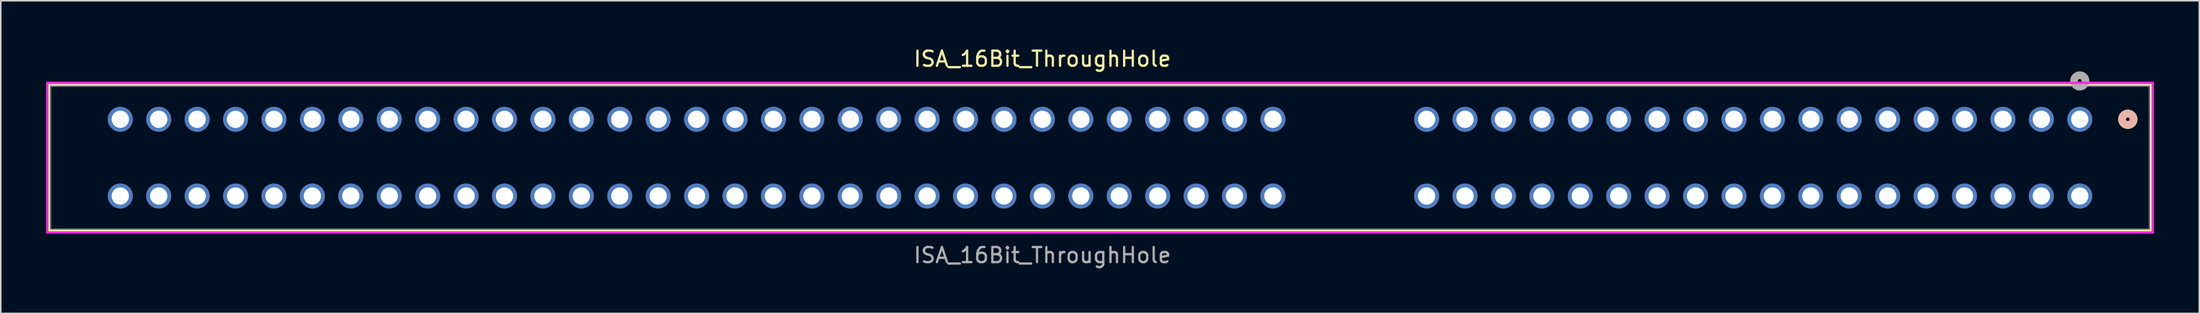
<source format=kicad_pcb>
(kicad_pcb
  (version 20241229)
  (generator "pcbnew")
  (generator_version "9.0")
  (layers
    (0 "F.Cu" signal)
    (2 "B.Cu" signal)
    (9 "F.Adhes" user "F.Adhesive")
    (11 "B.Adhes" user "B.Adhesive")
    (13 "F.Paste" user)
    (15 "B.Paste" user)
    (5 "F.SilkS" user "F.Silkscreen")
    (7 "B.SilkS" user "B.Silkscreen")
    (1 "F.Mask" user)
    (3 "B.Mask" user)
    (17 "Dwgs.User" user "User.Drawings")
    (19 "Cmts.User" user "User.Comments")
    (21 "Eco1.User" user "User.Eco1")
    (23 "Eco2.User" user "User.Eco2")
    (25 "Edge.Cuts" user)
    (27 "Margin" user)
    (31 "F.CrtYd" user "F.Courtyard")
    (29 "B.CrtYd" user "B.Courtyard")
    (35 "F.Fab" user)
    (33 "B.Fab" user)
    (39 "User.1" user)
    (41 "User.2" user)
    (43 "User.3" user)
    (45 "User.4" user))
  (footprint "ISA_16Bit_ThroughHole"
    (layer "F.Cu")
    (at 134.442 4.848)
    (property "Reference" "ISA_16Bit_ThroughHole" (at -68.58 -4 0) (unlocked yes) (layer "F.SilkS") (effects (font (size 1 1) (thickness 0.15))))
    (attr through_hole)
    (fp_line (start -134.239 -2.286) (end -134.239 7.366) (stroke (width 0.152) (type solid)) (layer "F.SilkS"))
    (fp_line (start -134.239 7.366) (end 4.699 7.366) (stroke (width 0.152) (type solid)) (layer "F.SilkS"))
    (fp_line (start 4.699 -2.286) (end -134.239 -2.286) (stroke (width 0.152) (type solid)) (layer "F.SilkS"))
    (fp_line (start 4.699 7.366) (end 4.699 -2.286) (stroke (width 0.152) (type solid)) (layer "F.SilkS"))
    (fp_circle (center 3.175 0) (end 3.556 0) (stroke (width 0.508) (type solid)) (fill no) (layer "F.SilkS"))
    (fp_circle (center 3.175 0) (end 3.556 0) (stroke (width 0.508) (type solid)) (fill no) (layer "B.SilkS"))
    (fp_line (start -134.366 -2.413) (end -134.366 7.493) (stroke (width 0.152) (type solid)) (layer "F.CrtYd"))
    (fp_line (start -134.366 7.493) (end 4.826 7.493) (stroke (width 0.152) (type solid)) (layer "F.CrtYd"))
    (fp_line (start 4.826 -2.413) (end -134.366 -2.413) (stroke (width 0.152) (type solid)) (layer "F.CrtYd"))
    (fp_line (start 4.826 7.493) (end 4.826 -2.413) (stroke (width 0.152) (type solid)) (layer "F.CrtYd"))
    (fp_line (start -134.112 -2.159) (end -134.112 7.239) (stroke (width 0.025) (type solid)) (layer "F.Fab"))
    (fp_line (start -134.112 7.239) (end 4.572 7.239) (stroke (width 0.025) (type solid)) (layer "F.Fab"))
    (fp_line (start 4.572 -2.159) (end -134.112 -2.159) (stroke (width 0.025) (type solid)) (layer "F.Fab"))
    (fp_line (start 4.572 7.239) (end 4.572 -2.159) (stroke (width 0.025) (type solid)) (layer "F.Fab"))
    (fp_circle (center 0 -2.54) (end 0.381 -2.54) (stroke (width 0.508) (type solid)) (fill no) (layer "F.Fab"))
    (fp_text user "${REFERENCE}" (at -68.58 9 0) (unlocked yes) (layer "F.Fab") (effects (font (size 1 1) (thickness 0.15))))
    (pad "1" thru_hole circle (at -129.54 0) (size 1.651 1.651) (drill 1.143) (layers "*.Cu" "*.Mask"))
    (pad "2" thru_hole circle (at -127 0) (size 1.651 1.651) (drill 1.143) (layers "*.Cu" "*.Mask"))
    (pad "3" thru_hole circle (at -124.46 0) (size 1.651 1.651) (drill 1.143) (layers "*.Cu" "*.Mask"))
    (pad "4" thru_hole circle (at -121.92 0) (size 1.651 1.651) (drill 1.143) (layers "*.Cu" "*.Mask"))
    (pad "5" thru_hole circle (at -119.38 0) (size 1.651 1.651) (drill 1.143) (layers "*.Cu" "*.Mask"))
    (pad "6" thru_hole circle (at -116.84 0) (size 1.651 1.651) (drill 1.143) (layers "*.Cu" "*.Mask"))
    (pad "7" thru_hole circle (at -114.3 0) (size 1.651 1.651) (drill 1.143) (layers "*.Cu" "*.Mask"))
    (pad "8" thru_hole circle (at -111.76 0) (size 1.651 1.651) (drill 1.143) (layers "*.Cu" "*.Mask"))
    (pad "9" thru_hole circle (at -109.22 0) (size 1.651 1.651) (drill 1.143) (layers "*.Cu" "*.Mask"))
    (pad "10" thru_hole circle (at -106.68 0) (size 1.651 1.651) (drill 1.143) (layers "*.Cu" "*.Mask"))
    (pad "11" thru_hole circle (at -104.14 0) (size 1.651 1.651) (drill 1.143) (layers "*.Cu" "*.Mask"))
    (pad "12" thru_hole circle (at -101.6 0) (size 1.651 1.651) (drill 1.143) (layers "*.Cu" "*.Mask"))
    (pad "13" thru_hole circle (at -99.06 0) (size 1.651 1.651) (drill 1.143) (layers "*.Cu" "*.Mask"))
    (pad "14" thru_hole circle (at -96.52 0) (size 1.651 1.651) (drill 1.143) (layers "*.Cu" "*.Mask"))
    (pad "15" thru_hole circle (at -93.98 0) (size 1.651 1.651) (drill 1.143) (layers "*.Cu" "*.Mask"))
    (pad "16" thru_hole circle (at -91.44 0) (size 1.651 1.651) (drill 1.143) (layers "*.Cu" "*.Mask"))
    (pad "17" thru_hole circle (at -88.9 0) (size 1.651 1.651) (drill 1.143) (layers "*.Cu" "*.Mask"))
    (pad "18" thru_hole circle (at -86.36 0) (size 1.651 1.651) (drill 1.143) (layers "*.Cu" "*.Mask"))
    (pad "19" thru_hole circle (at -83.82 0) (size 1.651 1.651) (drill 1.143) (layers "*.Cu" "*.Mask"))
    (pad "20" thru_hole circle (at -81.28 0) (size 1.651 1.651) (drill 1.143) (layers "*.Cu" "*.Mask"))
    (pad "21" thru_hole circle (at -78.74 0) (size 1.651 1.651) (drill 1.143) (layers "*.Cu" "*.Mask"))
    (pad "22" thru_hole circle (at -76.2 0) (size 1.651 1.651) (drill 1.143) (layers "*.Cu" "*.Mask"))
    (pad "23" thru_hole circle (at -73.66 0) (size 1.651 1.651) (drill 1.143) (layers "*.Cu" "*.Mask"))
    (pad "24" thru_hole circle (at -71.12 0) (size 1.651 1.651) (drill 1.143) (layers "*.Cu" "*.Mask"))
    (pad "25" thru_hole circle (at -68.58 0) (size 1.651 1.651) (drill 1.143) (layers "*.Cu" "*.Mask"))
    (pad "26" thru_hole circle (at -66.04 0) (size 1.651 1.651) (drill 1.143) (layers "*.Cu" "*.Mask"))
    (pad "27" thru_hole circle (at -63.5 0) (size 1.651 1.651) (drill 1.143) (layers "*.Cu" "*.Mask"))
    (pad "28" thru_hole circle (at -60.96 0) (size 1.651 1.651) (drill 1.143) (layers "*.Cu" "*.Mask"))
    (pad "29" thru_hole circle (at -58.42 0) (size 1.651 1.651) (drill 1.143) (layers "*.Cu" "*.Mask"))
    (pad "30" thru_hole circle (at -55.88 0) (size 1.651 1.651) (drill 1.143) (layers "*.Cu" "*.Mask"))
    (pad "31" thru_hole circle (at -53.34 0) (size 1.651 1.651) (drill 1.143) (layers "*.Cu" "*.Mask"))
    (pad "32" thru_hole circle (at -129.54 5.08) (size 1.651 1.651) (drill 1.143) (layers "*.Cu" "*.Mask"))
    (pad "33" thru_hole circle (at -127 5.08) (size 1.651 1.651) (drill 1.143) (layers "*.Cu" "*.Mask"))
    (pad "34" thru_hole circle (at -124.46 5.08) (size 1.651 1.651) (drill 1.143) (layers "*.Cu" "*.Mask"))
    (pad "35" thru_hole circle (at -121.92 5.08) (size 1.651 1.651) (drill 1.143) (layers "*.Cu" "*.Mask"))
    (pad "36" thru_hole circle (at -119.38 5.08) (size 1.651 1.651) (drill 1.143) (layers "*.Cu" "*.Mask"))
    (pad "37" thru_hole circle (at -116.84 5.08) (size 1.651 1.651) (drill 1.143) (layers "*.Cu" "*.Mask"))
    (pad "38" thru_hole circle (at -114.3 5.08) (size 1.651 1.651) (drill 1.143) (layers "*.Cu" "*.Mask"))
    (pad "39" thru_hole circle (at -111.76 5.08) (size 1.651 1.651) (drill 1.143) (layers "*.Cu" "*.Mask"))
    (pad "40" thru_hole circle (at -109.22 5.08) (size 1.651 1.651) (drill 1.143) (layers "*.Cu" "*.Mask"))
    (pad "41" thru_hole circle (at -106.68 5.08) (size 1.651 1.651) (drill 1.143) (layers "*.Cu" "*.Mask"))
    (pad "42" thru_hole circle (at -104.14 5.08) (size 1.651 1.651) (drill 1.143) (layers "*.Cu" "*.Mask"))
    (pad "43" thru_hole circle (at -101.6 5.08) (size 1.651 1.651) (drill 1.143) (layers "*.Cu" "*.Mask"))
    (pad "44" thru_hole circle (at -99.06 5.08) (size 1.651 1.651) (drill 1.143) (layers "*.Cu" "*.Mask"))
    (pad "45" thru_hole circle (at -96.52 5.08) (size 1.651 1.651) (drill 1.143) (layers "*.Cu" "*.Mask"))
    (pad "46" thru_hole circle (at -93.98 5.08) (size 1.651 1.651) (drill 1.143) (layers "*.Cu" "*.Mask"))
    (pad "47" thru_hole circle (at -91.44 5.08) (size 1.651 1.651) (drill 1.143) (layers "*.Cu" "*.Mask"))
    (pad "48" thru_hole circle (at -88.9 5.08) (size 1.651 1.651) (drill 1.143) (layers "*.Cu" "*.Mask"))
    (pad "49" thru_hole circle (at -86.36 5.08) (size 1.651 1.651) (drill 1.143) (layers "*.Cu" "*.Mask"))
    (pad "50" thru_hole circle (at -83.82 5.08) (size 1.651 1.651) (drill 1.143) (layers "*.Cu" "*.Mask"))
    (pad "51" thru_hole circle (at -81.28 5.08) (size 1.651 1.651) (drill 1.143) (layers "*.Cu" "*.Mask"))
    (pad "52" thru_hole circle (at -78.74 5.08) (size 1.651 1.651) (drill 1.143) (layers "*.Cu" "*.Mask"))
    (pad "53" thru_hole circle (at -76.2 5.08) (size 1.651 1.651) (drill 1.143) (layers "*.Cu" "*.Mask"))
    (pad "54" thru_hole circle (at -73.66 5.08) (size 1.651 1.651) (drill 1.143) (layers "*.Cu" "*.Mask"))
    (pad "55" thru_hole circle (at -71.12 5.08) (size 1.651 1.651) (drill 1.143) (layers "*.Cu" "*.Mask"))
    (pad "56" thru_hole circle (at -68.58 5.08) (size 1.651 1.651) (drill 1.143) (layers "*.Cu" "*.Mask"))
    (pad "57" thru_hole circle (at -66.04 5.08) (size 1.651 1.651) (drill 1.143) (layers "*.Cu" "*.Mask"))
    (pad "58" thru_hole circle (at -63.5 5.08) (size 1.651 1.651) (drill 1.143) (layers "*.Cu" "*.Mask"))
    (pad "59" thru_hole circle (at -60.96 5.08) (size 1.651 1.651) (drill 1.143) (layers "*.Cu" "*.Mask"))
    (pad "60" thru_hole circle (at -58.42 5.08) (size 1.651 1.651) (drill 1.143) (layers "*.Cu" "*.Mask"))
    (pad "61" thru_hole circle (at -55.88 5.08) (size 1.651 1.651) (drill 1.143) (layers "*.Cu" "*.Mask"))
    (pad "62" thru_hole circle (at -53.34 5.08) (size 1.651 1.651) (drill 1.143) (layers "*.Cu" "*.Mask"))
    (pad "63" thru_hole circle (at -43.18 0) (size 1.651 1.651) (drill 1.143) (layers "*.Cu" "*.Mask"))
    (pad "64" thru_hole circle (at -40.64 0) (size 1.651 1.651) (drill 1.143) (layers "*.Cu" "*.Mask"))
    (pad "65" thru_hole circle (at -38.1 0) (size 1.651 1.651) (drill 1.143) (layers "*.Cu" "*.Mask"))
    (pad "66" thru_hole circle (at -35.56 0) (size 1.651 1.651) (drill 1.143) (layers "*.Cu" "*.Mask"))
    (pad "67" thru_hole circle (at -33.02 0) (size 1.651 1.651) (drill 1.143) (layers "*.Cu" "*.Mask"))
    (pad "68" thru_hole circle (at -30.48 0) (size 1.651 1.651) (drill 1.143) (layers "*.Cu" "*.Mask"))
    (pad "69" thru_hole circle (at -27.94 0) (size 1.651 1.651) (drill 1.143) (layers "*.Cu" "*.Mask"))
    (pad "70" thru_hole circle (at -25.4 0) (size 1.651 1.651) (drill 1.143) (layers "*.Cu" "*.Mask"))
    (pad "71" thru_hole circle (at -22.86 0) (size 1.651 1.651) (drill 1.143) (layers "*.Cu" "*.Mask"))
    (pad "72" thru_hole circle (at -20.32 0) (size 1.651 1.651) (drill 1.143) (layers "*.Cu" "*.Mask"))
    (pad "73" thru_hole circle (at -17.78 0) (size 1.651 1.651) (drill 1.143) (layers "*.Cu" "*.Mask"))
    (pad "74" thru_hole circle (at -15.24 0) (size 1.651 1.651) (drill 1.143) (layers "*.Cu" "*.Mask"))
    (pad "75" thru_hole circle (at -12.7 0) (size 1.651 1.651) (drill 1.143) (layers "*.Cu" "*.Mask"))
    (pad "76" thru_hole circle (at -10.16 0) (size 1.651 1.651) (drill 1.143) (layers "*.Cu" "*.Mask"))
    (pad "77" thru_hole circle (at -7.62 0) (size 1.651 1.651) (drill 1.143) (layers "*.Cu" "*.Mask"))
    (pad "78" thru_hole circle (at -5.08 0) (size 1.651 1.651) (drill 1.143) (layers "*.Cu" "*.Mask"))
    (pad "79" thru_hole circle (at -2.54 0) (size 1.651 1.651) (drill 1.143) (layers "*.Cu" "*.Mask"))
    (pad "80" thru_hole circle (at 0 0) (size 1.651 1.651) (drill 1.143) (layers "*.Cu" "*.Mask"))
    (pad "81" thru_hole circle (at -43.18 5.08) (size 1.651 1.651) (drill 1.143) (layers "*.Cu" "*.Mask"))
    (pad "82" thru_hole circle (at -40.64 5.08) (size 1.651 1.651) (drill 1.143) (layers "*.Cu" "*.Mask"))
    (pad "83" thru_hole circle (at -38.1 5.08) (size 1.651 1.651) (drill 1.143) (layers "*.Cu" "*.Mask"))
    (pad "84" thru_hole circle (at -35.56 5.08) (size 1.651 1.651) (drill 1.143) (layers "*.Cu" "*.Mask"))
    (pad "85" thru_hole circle (at -33.02 5.08) (size 1.651 1.651) (drill 1.143) (layers "*.Cu" "*.Mask"))
    (pad "86" thru_hole circle (at -30.48 5.08) (size 1.651 1.651) (drill 1.143) (layers "*.Cu" "*.Mask"))
    (pad "87" thru_hole circle (at -27.94 5.08) (size 1.651 1.651) (drill 1.143) (layers "*.Cu" "*.Mask"))
    (pad "88" thru_hole circle (at -25.4 5.08) (size 1.651 1.651) (drill 1.143) (layers "*.Cu" "*.Mask"))
    (pad "89" thru_hole circle (at -22.86 5.08) (size 1.651 1.651) (drill 1.143) (layers "*.Cu" "*.Mask"))
    (pad "90" thru_hole circle (at -20.32 5.08) (size 1.651 1.651) (drill 1.143) (layers "*.Cu" "*.Mask"))
    (pad "91" thru_hole circle (at -17.78 5.08) (size 1.651 1.651) (drill 1.143) (layers "*.Cu" "*.Mask"))
    (pad "92" thru_hole circle (at -15.24 5.08) (size 1.651 1.651) (drill 1.143) (layers "*.Cu" "*.Mask"))
    (pad "93" thru_hole circle (at -12.7 5.08) (size 1.651 1.651) (drill 1.143) (layers "*.Cu" "*.Mask"))
    (pad "94" thru_hole circle (at -10.16 5.08) (size 1.651 1.651) (drill 1.143) (layers "*.Cu" "*.Mask"))
    (pad "95" thru_hole circle (at -7.62 5.08) (size 1.651 1.651) (drill 1.143) (layers "*.Cu" "*.Mask"))
    (pad "96" thru_hole circle (at -5.08 5.08) (size 1.651 1.651) (drill 1.143) (layers "*.Cu" "*.Mask"))
    (pad "97" thru_hole circle (at -2.54 5.08) (size 1.651 1.651) (drill 1.143) (layers "*.Cu" "*.Mask"))
    (pad "98" thru_hole circle (at 0 5.08) (size 1.651 1.651) (drill 1.143) (layers "*.Cu" "*.Mask")))
  (gr_rect
    (start -3 -3)
    (end 142.344 17.697)
    (stroke (width 0.1) (type default))
    (fill no)
    (layer "Edge.Cuts")))
</source>
